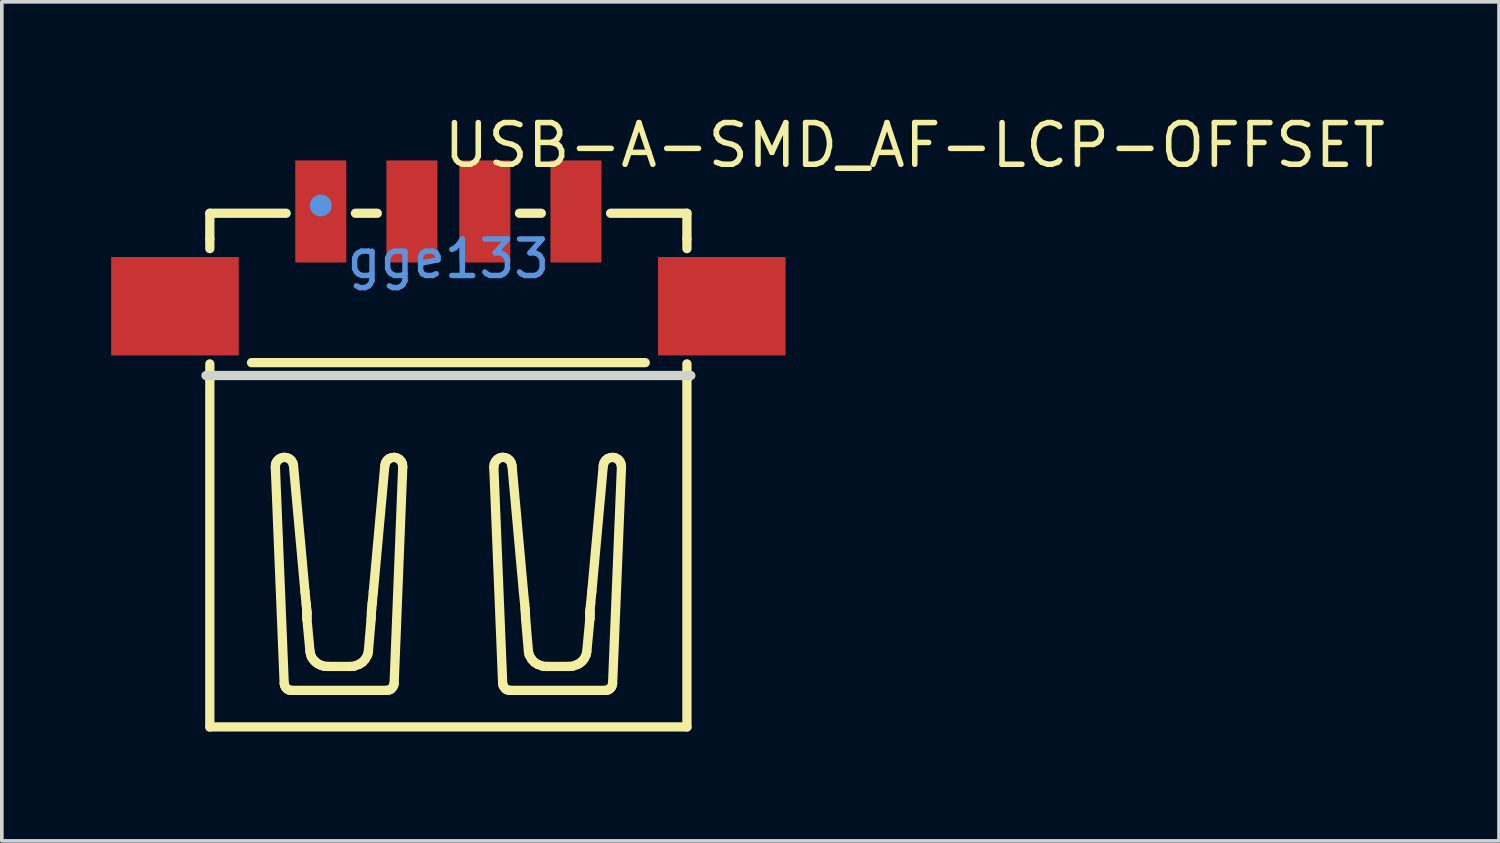
<source format=kicad_pcb>
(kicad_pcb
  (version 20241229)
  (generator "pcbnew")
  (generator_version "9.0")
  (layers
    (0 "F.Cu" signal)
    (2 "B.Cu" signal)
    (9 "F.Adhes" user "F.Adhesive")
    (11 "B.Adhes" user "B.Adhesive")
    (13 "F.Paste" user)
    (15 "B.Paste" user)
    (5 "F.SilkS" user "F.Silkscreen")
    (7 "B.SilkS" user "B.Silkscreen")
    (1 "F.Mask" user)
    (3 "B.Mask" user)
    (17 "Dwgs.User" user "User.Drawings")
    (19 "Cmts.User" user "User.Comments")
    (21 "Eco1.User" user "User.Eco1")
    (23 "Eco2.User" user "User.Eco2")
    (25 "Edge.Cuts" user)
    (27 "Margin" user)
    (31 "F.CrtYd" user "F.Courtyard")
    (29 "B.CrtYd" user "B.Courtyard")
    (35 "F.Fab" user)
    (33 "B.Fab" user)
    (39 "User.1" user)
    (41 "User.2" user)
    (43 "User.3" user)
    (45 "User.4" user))
  (footprint "USB-A-SMD_AF-LCP-OFFSET"
    (layer "F.Cu")
    (at 9.25 4.051)
    (property "Reference" "USB-A-SMD_AF-LCP-OFFSET" (at -0.206 -3.116 0) (layer "F.SilkS") (effects (font (size 1.143 1.143) (thickness 0.152)) (justify left)))
    (attr smd)
    (fp_line (start -6.544 -1.251) (end -6.544 -0.551) (stroke (width 0.254) (type solid)) (layer "F.SilkS"))
    (fp_line (start -6.544 -1.251) (end -4.45 -1.251) (stroke (width 0.254) (type solid)) (layer "F.SilkS"))
    (fp_line (start -6.544 -0.551) (end -6.544 -0.281) (stroke (width 0.254) (type solid)) (layer "F.SilkS"))
    (fp_line (start -6.544 2.881) (end -6.544 3.3) (stroke (width 0.254) (type solid)) (layer "F.SilkS"))
    (fp_line (start -6.544 12.84) (end -6.544 3.3) (stroke (width 0.254) (type solid)) (layer "F.SilkS"))
    (fp_line (start -5.4 2.847) (end 5.4 2.847) (stroke (width 0.254) (type solid)) (layer "F.SilkS"))
    (fp_line (start -4.747 5.706) (end -4.504 11.647) (stroke (width 0.254) (type solid)) (layer "F.SilkS"))
    (fp_line (start -4.74 5.627) (end -4.747 5.706) (stroke (width 0.254) (type solid)) (layer "F.SilkS"))
    (fp_line (start -4.702 5.55) (end -4.738 5.621) (stroke (width 0.254) (type solid)) (layer "F.SilkS"))
    (fp_line (start -4.651 5.497) (end -4.702 5.55) (stroke (width 0.254) (type solid)) (layer "F.SilkS"))
    (fp_line (start -4.584 5.46) (end -4.651 5.497) (stroke (width 0.254) (type solid)) (layer "F.SilkS"))
    (fp_line (start -4.51 5.445) (end -4.584 5.46) (stroke (width 0.254) (type solid)) (layer "F.SilkS"))
    (fp_line (start -4.504 11.647) (end -4.491 11.706) (stroke (width 0.254) (type solid)) (layer "F.SilkS"))
    (fp_line (start -4.491 11.706) (end -4.465 11.758) (stroke (width 0.254) (type solid)) (layer "F.SilkS"))
    (fp_line (start -4.465 11.758) (end -4.419 11.804) (stroke (width 0.254) (type solid)) (layer "F.SilkS"))
    (fp_line (start -4.434 5.452) (end -4.51 5.445) (stroke (width 0.254) (type solid)) (layer "F.SilkS"))
    (fp_line (start -4.419 11.804) (end -4.367 11.83) (stroke (width 0.254) (type solid)) (layer "F.SilkS"))
    (fp_line (start -4.367 11.83) (end -4.301 11.837) (stroke (width 0.254) (type solid)) (layer "F.SilkS"))
    (fp_line (start -4.364 5.482) (end -4.434 5.452) (stroke (width 0.254) (type solid)) (layer "F.SilkS"))
    (fp_line (start -4.308 5.531) (end -4.364 5.482) (stroke (width 0.254) (type solid)) (layer "F.SilkS"))
    (fp_line (start -4.301 11.837) (end -1.691 11.837) (stroke (width 0.254) (type solid)) (layer "F.SilkS"))
    (fp_line (start -4.268 5.595) (end -4.308 5.531) (stroke (width 0.254) (type solid)) (layer "F.SilkS"))
    (fp_line (start -4.249 5.673) (end -4.268 5.595) (stroke (width 0.254) (type solid)) (layer "F.SilkS"))
    (fp_line (start -3.934 9.129) (end -4.249 5.673) (stroke (width 0.254) (type solid)) (layer "F.SilkS"))
    (fp_line (start -3.934 9.129) (end -3.901 9.463) (stroke (width 0.254) (type solid)) (layer "F.SilkS"))
    (fp_line (start -3.901 9.463) (end -3.888 9.601) (stroke (width 0.254) (type solid)) (layer "F.SilkS"))
    (fp_line (start -3.881 9.693) (end -3.888 9.601) (stroke (width 0.254) (type solid)) (layer "F.SilkS"))
    (fp_line (start -3.881 9.739) (end -3.881 9.693) (stroke (width 0.254) (type solid)) (layer "F.SilkS"))
    (fp_line (start -3.881 9.739) (end -3.881 9.87) (stroke (width 0.254) (type solid)) (layer "F.SilkS"))
    (fp_line (start -3.881 9.87) (end -3.881 9.693) (stroke (width 0.254) (type solid)) (layer "F.SilkS"))
    (fp_line (start -3.881 9.87) (end -3.796 10.775) (stroke (width 0.254) (type solid)) (layer "F.SilkS"))
    (fp_line (start -3.776 10.866) (end -3.796 10.775) (stroke (width 0.254) (type solid)) (layer "F.SilkS"))
    (fp_line (start -3.753 10.923) (end -3.775 10.871) (stroke (width 0.254) (type solid)) (layer "F.SilkS"))
    (fp_line (start -3.721 10.974) (end -3.753 10.923) (stroke (width 0.254) (type solid)) (layer "F.SilkS"))
    (fp_line (start -3.679 11.025) (end -3.721 10.974) (stroke (width 0.254) (type solid)) (layer "F.SilkS"))
    (fp_line (start -3.635 11.067) (end -3.679 11.025) (stroke (width 0.254) (type solid)) (layer "F.SilkS"))
    (fp_line (start -3.582 11.105) (end -3.635 11.067) (stroke (width 0.254) (type solid)) (layer "F.SilkS"))
    (fp_line (start -3.523 11.136) (end -3.582 11.105) (stroke (width 0.254) (type solid)) (layer "F.SilkS"))
    (fp_line (start -3.462 11.16) (end -3.523 11.136) (stroke (width 0.254) (type solid)) (layer "F.SilkS"))
    (fp_line (start -3.403 11.175) (end -3.462 11.16) (stroke (width 0.254) (type solid)) (layer "F.SilkS"))
    (fp_line (start -3.298 11.181) (end -3.403 11.175) (stroke (width 0.254) (type solid)) (layer "F.SilkS"))
    (fp_line (start -2.695 11.181) (end -3.298 11.181) (stroke (width 0.254) (type solid)) (layer "F.SilkS"))
    (fp_line (start -2.59 11.175) (end -2.695 11.181) (stroke (width 0.254) (type solid)) (layer "F.SilkS"))
    (fp_line (start -2.55 -1.251) (end -1.95 -1.251) (stroke (width 0.254) (type solid)) (layer "F.SilkS"))
    (fp_line (start -2.452 11.125) (end -2.584 11.173) (stroke (width 0.254) (type solid)) (layer "F.SilkS"))
    (fp_line (start -2.359 11.066) (end -2.452 11.125) (stroke (width 0.254) (type solid)) (layer "F.SilkS"))
    (fp_line (start -2.284 10.985) (end -2.359 11.066) (stroke (width 0.254) (type solid)) (layer "F.SilkS"))
    (fp_line (start -2.216 10.866) (end -2.284 10.985) (stroke (width 0.254) (type solid)) (layer "F.SilkS"))
    (fp_line (start -2.196 10.775) (end -2.216 10.866) (stroke (width 0.254) (type solid)) (layer "F.SilkS"))
    (fp_line (start -2.118 9.87) (end -2.196 10.775) (stroke (width 0.254) (type solid)) (layer "F.SilkS"))
    (fp_line (start -2.118 9.87) (end -2.111 9.693) (stroke (width 0.254) (type solid)) (layer "F.SilkS"))
    (fp_line (start -2.111 9.693) (end -2.105 9.601) (stroke (width 0.254) (type solid)) (layer "F.SilkS"))
    (fp_line (start -2.091 9.463) (end -2.105 9.601) (stroke (width 0.254) (type solid)) (layer "F.SilkS"))
    (fp_line (start -2.059 9.129) (end -2.091 9.463) (stroke (width 0.254) (type solid)) (layer "F.SilkS"))
    (fp_line (start -2.059 9.129) (end -1.744 5.673) (stroke (width 0.254) (type solid)) (layer "F.SilkS"))
    (fp_line (start -1.724 5.595) (end -1.744 5.673) (stroke (width 0.254) (type solid)) (layer "F.SilkS"))
    (fp_line (start -1.691 11.837) (end -1.633 11.83) (stroke (width 0.254) (type solid)) (layer "F.SilkS"))
    (fp_line (start -1.681 5.527) (end -1.721 5.588) (stroke (width 0.254) (type solid)) (layer "F.SilkS"))
    (fp_line (start -1.633 11.83) (end -1.573 11.804) (stroke (width 0.254) (type solid)) (layer "F.SilkS"))
    (fp_line (start -1.625 5.479) (end -1.681 5.527) (stroke (width 0.254) (type solid)) (layer "F.SilkS"))
    (fp_line (start -1.573 11.804) (end -1.534 11.758) (stroke (width 0.254) (type solid)) (layer "F.SilkS"))
    (fp_line (start -1.554 5.451) (end -1.625 5.479) (stroke (width 0.254) (type solid)) (layer "F.SilkS"))
    (fp_line (start -1.534 11.758) (end -1.501 11.706) (stroke (width 0.254) (type solid)) (layer "F.SilkS"))
    (fp_line (start -1.501 11.706) (end -1.488 11.647) (stroke (width 0.254) (type solid)) (layer "F.SilkS"))
    (fp_line (start -1.488 11.647) (end -1.252 5.706) (stroke (width 0.254) (type solid)) (layer "F.SilkS"))
    (fp_line (start -1.48 5.445) (end -1.554 5.451) (stroke (width 0.254) (type solid)) (layer "F.SilkS"))
    (fp_line (start -1.407 5.462) (end -1.48 5.445) (stroke (width 0.254) (type solid)) (layer "F.SilkS"))
    (fp_line (start -1.341 5.501) (end -1.407 5.462) (stroke (width 0.254) (type solid)) (layer "F.SilkS"))
    (fp_line (start -1.292 5.555) (end -1.341 5.501) (stroke (width 0.254) (type solid)) (layer "F.SilkS"))
    (fp_line (start -1.259 5.627) (end -1.292 5.555) (stroke (width 0.254) (type solid)) (layer "F.SilkS"))
    (fp_line (start -1.252 5.706) (end -1.259 5.627) (stroke (width 0.254) (type solid)) (layer "F.SilkS"))
    (fp_line (start 1.259 5.627) (end 1.246 5.706) (stroke (width 0.254) (type solid)) (layer "F.SilkS"))
    (fp_line (start 1.293 5.554) (end 1.261 5.62) (stroke (width 0.254) (type solid)) (layer "F.SilkS"))
    (fp_line (start 1.342 5.499) (end 1.293 5.554) (stroke (width 0.254) (type solid)) (layer "F.SilkS"))
    (fp_line (start 1.408 5.461) (end 1.342 5.499) (stroke (width 0.254) (type solid)) (layer "F.SilkS"))
    (fp_line (start 1.481 5.444) (end 1.408 5.461) (stroke (width 0.254) (type solid)) (layer "F.SilkS"))
    (fp_line (start 1.489 11.647) (end 1.246 5.706) (stroke (width 0.254) (type solid)) (layer "F.SilkS"))
    (fp_line (start 1.489 11.647) (end 1.502 11.706) (stroke (width 0.254) (type solid)) (layer "F.SilkS"))
    (fp_line (start 1.502 11.706) (end 1.535 11.758) (stroke (width 0.254) (type solid)) (layer "F.SilkS"))
    (fp_line (start 1.535 11.758) (end 1.574 11.804) (stroke (width 0.254) (type solid)) (layer "F.SilkS"))
    (fp_line (start 1.561 5.452) (end 1.481 5.444) (stroke (width 0.254) (type solid)) (layer "F.SilkS"))
    (fp_line (start 1.574 11.804) (end 1.633 11.83) (stroke (width 0.254) (type solid)) (layer "F.SilkS"))
    (fp_line (start 1.625 5.479) (end 1.561 5.452) (stroke (width 0.254) (type solid)) (layer "F.SilkS"))
    (fp_line (start 1.633 11.83) (end 1.692 11.837) (stroke (width 0.254) (type solid)) (layer "F.SilkS"))
    (fp_line (start 1.682 5.527) (end 1.625 5.479) (stroke (width 0.254) (type solid)) (layer "F.SilkS"))
    (fp_line (start 1.725 5.595) (end 1.682 5.527) (stroke (width 0.254) (type solid)) (layer "F.SilkS"))
    (fp_line (start 1.745 5.673) (end 1.725 5.595) (stroke (width 0.254) (type solid)) (layer "F.SilkS"))
    (fp_line (start 2.059 9.129) (end 1.745 5.673) (stroke (width 0.254) (type solid)) (layer "F.SilkS"))
    (fp_line (start 2.059 9.129) (end 2.092 9.463) (stroke (width 0.254) (type solid)) (layer "F.SilkS"))
    (fp_line (start 2.092 9.463) (end 2.105 9.601) (stroke (width 0.254) (type solid)) (layer "F.SilkS"))
    (fp_line (start 2.112 9.693) (end 2.105 9.601) (stroke (width 0.254) (type solid)) (layer "F.SilkS"))
    (fp_line (start 2.118 9.87) (end 2.112 9.693) (stroke (width 0.254) (type solid)) (layer "F.SilkS"))
    (fp_line (start 2.118 9.87) (end 2.197 10.775) (stroke (width 0.254) (type solid)) (layer "F.SilkS"))
    (fp_line (start 2.197 10.775) (end 2.217 10.866) (stroke (width 0.254) (type solid)) (layer "F.SilkS"))
    (fp_line (start 2.217 10.866) (end 2.285 10.985) (stroke (width 0.254) (type solid)) (layer "F.SilkS"))
    (fp_line (start 2.285 10.985) (end 2.36 11.066) (stroke (width 0.254) (type solid)) (layer "F.SilkS"))
    (fp_line (start 2.36 11.066) (end 2.453 11.125) (stroke (width 0.254) (type solid)) (layer "F.SilkS"))
    (fp_line (start 2.453 11.125) (end 2.584 11.173) (stroke (width 0.254) (type solid)) (layer "F.SilkS"))
    (fp_line (start 2.55 -1.251) (end 1.95 -1.251) (stroke (width 0.254) (type solid)) (layer "F.SilkS"))
    (fp_line (start 2.59 11.175) (end 2.695 11.181) (stroke (width 0.254) (type solid)) (layer "F.SilkS"))
    (fp_line (start 2.695 11.181) (end 3.299 11.181) (stroke (width 0.254) (type solid)) (layer "F.SilkS"))
    (fp_line (start 3.299 11.181) (end 3.403 11.175) (stroke (width 0.254) (type solid)) (layer "F.SilkS"))
    (fp_line (start 3.403 11.175) (end 3.532 11.131) (stroke (width 0.254) (type solid)) (layer "F.SilkS"))
    (fp_line (start 3.532 11.131) (end 3.584 11.103) (stroke (width 0.254) (type solid)) (layer "F.SilkS"))
    (fp_line (start 3.584 11.103) (end 3.636 11.067) (stroke (width 0.254) (type solid)) (layer "F.SilkS"))
    (fp_line (start 3.636 11.067) (end 3.678 11.028) (stroke (width 0.254) (type solid)) (layer "F.SilkS"))
    (fp_line (start 3.678 11.028) (end 3.719 10.979) (stroke (width 0.254) (type solid)) (layer "F.SilkS"))
    (fp_line (start 3.719 10.979) (end 3.775 10.872) (stroke (width 0.254) (type solid)) (layer "F.SilkS"))
    (fp_line (start 3.777 10.866) (end 3.797 10.775) (stroke (width 0.254) (type solid)) (layer "F.SilkS"))
    (fp_line (start 3.882 9.693) (end 3.888 9.601) (stroke (width 0.254) (type solid)) (layer "F.SilkS"))
    (fp_line (start 3.882 9.739) (end 3.882 9.693) (stroke (width 0.254) (type solid)) (layer "F.SilkS"))
    (fp_line (start 3.882 9.739) (end 3.882 9.87) (stroke (width 0.254) (type solid)) (layer "F.SilkS"))
    (fp_line (start 3.882 9.87) (end 3.797 10.775) (stroke (width 0.254) (type solid)) (layer "F.SilkS"))
    (fp_line (start 3.882 9.87) (end 3.882 9.693) (stroke (width 0.254) (type solid)) (layer "F.SilkS"))
    (fp_line (start 3.902 9.463) (end 3.888 9.601) (stroke (width 0.254) (type solid)) (layer "F.SilkS"))
    (fp_line (start 3.935 9.129) (end 3.902 9.463) (stroke (width 0.254) (type solid)) (layer "F.SilkS"))
    (fp_line (start 3.935 9.129) (end 4.249 5.673) (stroke (width 0.254) (type solid)) (layer "F.SilkS"))
    (fp_line (start 4.269 5.595) (end 4.249 5.673) (stroke (width 0.254) (type solid)) (layer "F.SilkS"))
    (fp_line (start 4.302 11.837) (end 1.692 11.837) (stroke (width 0.254) (type solid)) (layer "F.SilkS"))
    (fp_line (start 4.302 11.837) (end 4.367 11.83) (stroke (width 0.254) (type solid)) (layer "F.SilkS"))
    (fp_line (start 4.31 5.528) (end 4.272 5.588) (stroke (width 0.254) (type solid)) (layer "F.SilkS"))
    (fp_line (start 4.366 5.481) (end 4.31 5.528) (stroke (width 0.254) (type solid)) (layer "F.SilkS"))
    (fp_line (start 4.367 11.83) (end 4.42 11.804) (stroke (width 0.254) (type solid)) (layer "F.SilkS"))
    (fp_line (start 4.42 11.804) (end 4.466 11.758) (stroke (width 0.254) (type solid)) (layer "F.SilkS"))
    (fp_line (start 4.438 5.452) (end 4.366 5.481) (stroke (width 0.254) (type solid)) (layer "F.SilkS"))
    (fp_line (start 4.466 11.758) (end 4.492 11.706) (stroke (width 0.254) (type solid)) (layer "F.SilkS"))
    (fp_line (start 4.492 11.706) (end 4.505 11.647) (stroke (width 0.254) (type solid)) (layer "F.SilkS"))
    (fp_line (start 4.515 5.446) (end 4.438 5.452) (stroke (width 0.254) (type solid)) (layer "F.SilkS"))
    (fp_line (start 4.59 5.462) (end 4.515 5.446) (stroke (width 0.254) (type solid)) (layer "F.SilkS"))
    (fp_line (start 4.657 5.501) (end 4.59 5.462) (stroke (width 0.254) (type solid)) (layer "F.SilkS"))
    (fp_line (start 4.708 5.56) (end 4.657 5.501) (stroke (width 0.254) (type solid)) (layer "F.SilkS"))
    (fp_line (start 4.735 5.627) (end 4.708 5.56) (stroke (width 0.254) (type solid)) (layer "F.SilkS"))
    (fp_line (start 4.748 5.706) (end 4.505 11.647) (stroke (width 0.254) (type solid)) (layer "F.SilkS"))
    (fp_line (start 4.748 5.706) (end 4.735 5.627) (stroke (width 0.254) (type solid)) (layer "F.SilkS"))
    (fp_line (start 6.544 -1.251) (end 4.45 -1.251) (stroke (width 0.254) (type solid)) (layer "F.SilkS"))
    (fp_line (start 6.544 -1.251) (end 6.544 -0.551) (stroke (width 0.254) (type solid)) (layer "F.SilkS"))
    (fp_line (start 6.544 -0.551) (end 6.544 -0.281) (stroke (width 0.254) (type solid)) (layer "F.SilkS"))
    (fp_line (start 6.544 2.881) (end 6.544 3.3) (stroke (width 0.254) (type solid)) (layer "F.SilkS"))
    (fp_line (start 6.544 12.84) (end -6.544 12.84) (stroke (width 0.254) (type solid)) (layer "F.SilkS"))
    (fp_line (start 6.544 12.84) (end 6.544 3.3) (stroke (width 0.254) (type solid)) (layer "F.SilkS"))
    (fp_circle (center -3.501 -1.465) (end -3.351 -1.465) (stroke (width 0.3) (type solid)) (fill no) (layer "Cmts.User"))
    (fp_line (start -6.65 3.2) (end 6.65 3.2) (stroke (width 0.254) (type solid)) (layer "Edge.Cuts"))
    (fp_text user "gge133" (at 0 0 0) (layer "Cmts.User") (effects (font (size 1 1) (thickness 0.15))))
    (pad "1" smd rect (at -3.5 -1.3) (size 1.4 2.8) (layers "F.Cu" "F.Mask" "F.Paste"))
    (pad "2" smd rect (at -1 -1.3) (size 1.4 2.8) (layers "F.Cu" "F.Mask" "F.Paste"))
    (pad "3" smd rect (at 1 -1.3) (size 1.4 2.8) (layers "F.Cu" "F.Mask" "F.Paste"))
    (pad "4" smd rect (at 3.5 -1.3) (size 1.4 2.8) (layers "F.Cu" "F.Mask" "F.Paste"))
    (pad "SH1" smd rect (at 7.5 1.3) (size 3.5 2.7) (layers "F.Cu" "F.Mask" "F.Paste"))
    (pad "SH2" smd rect (at -7.5 1.3) (size 3.5 2.7) (layers "F.Cu" "F.Mask" "F.Paste")))
  (gr_rect
    (start -3 -3)
    (end 38.071 20.018)
    (stroke (width 0.1) (type default))
    (fill no)
    (layer "Edge.Cuts")))
</source>
